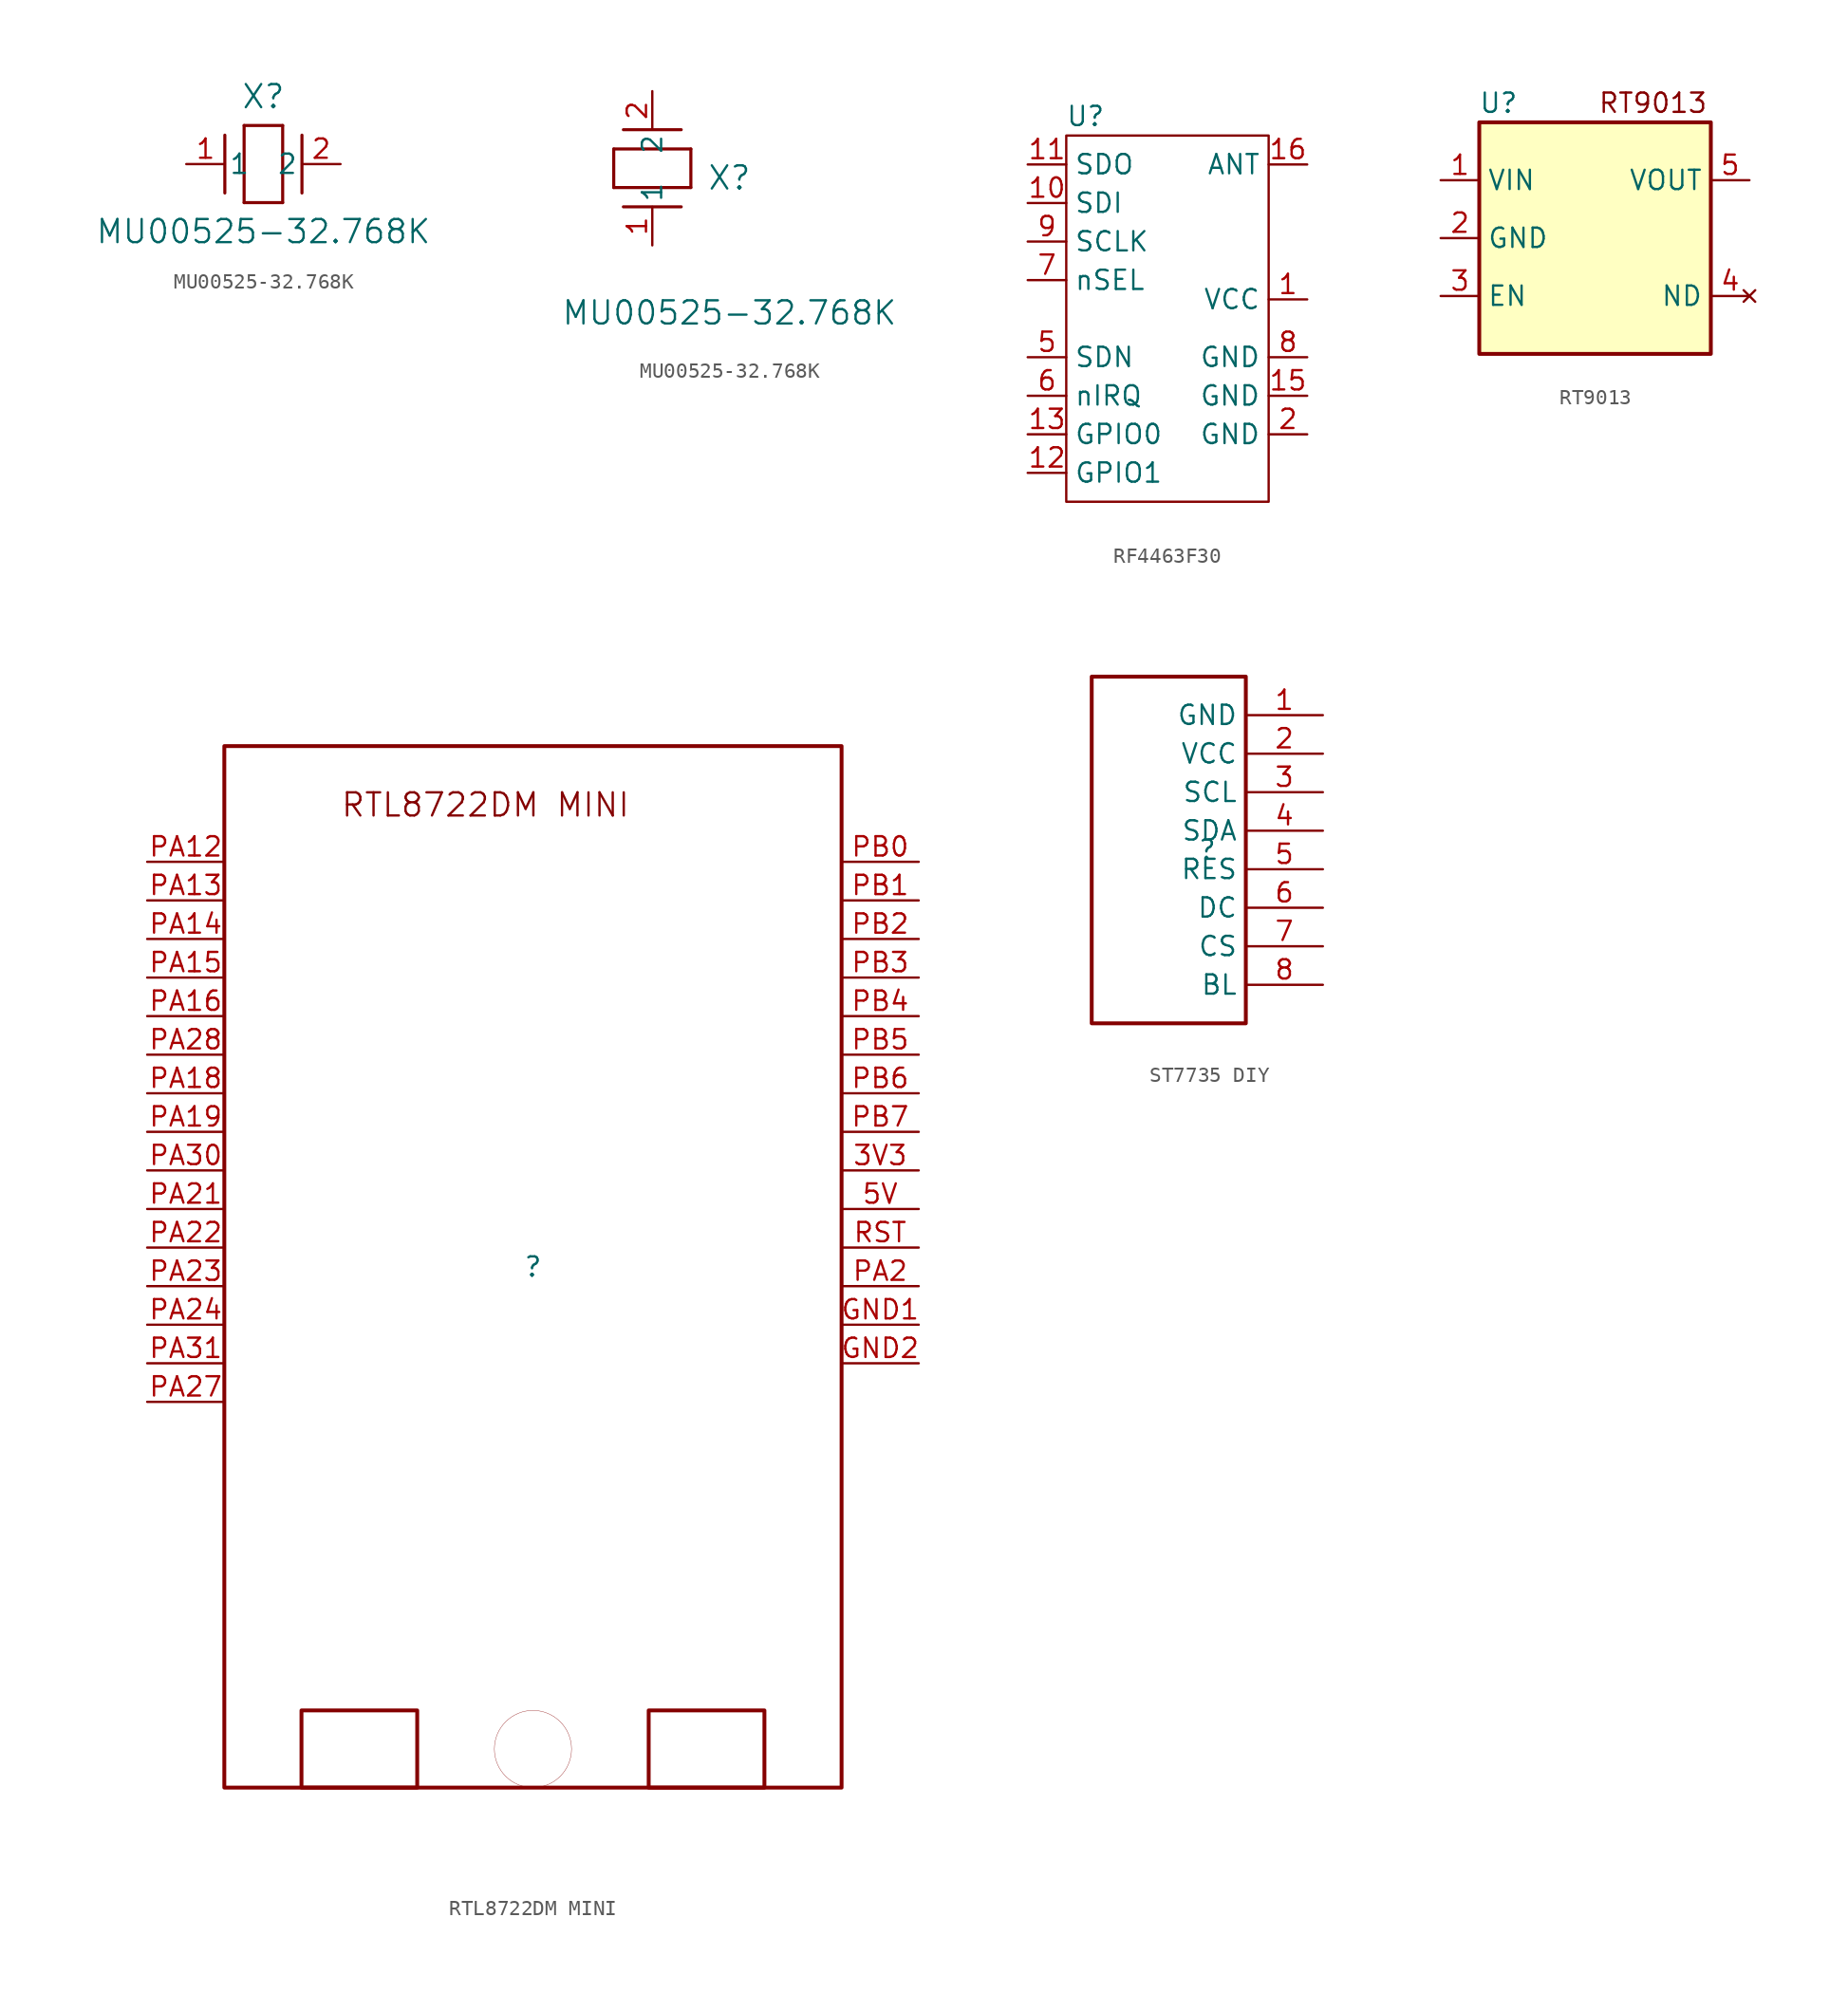
<source format=kicad_sym>
(kicad_symbol_lib
  (version 20241209)
  (generator "kicad_symbol_editor")
  (generator_version "9.0")
  (symbol "MU00525-32.768K"
    (pin_names
      (offset 0.254))
    (property "Reference" "X"
      (at 5.08 4.445 0)
      (effects (font (size 1.524 1.524))))
    (property "Value" "MU00525-32.768K"
      (at 5.08 -4.445 0)
      (effects (font (size 1.524 1.524))))
    (symbol "MU00525-32.768K_1_1"
      (polyline (pts (xy 2.54 -1.905) (xy 2.54 1.905)) (stroke (width 0.203) (type default)) (fill (type none)))
      (polyline (pts (xy 3.81 2.54) (xy 6.35 2.54)) (stroke (width 0.203) (type default)) (fill (type none)))
      (polyline (pts (xy 3.81 -2.54) (xy 3.81 2.54)) (stroke (width 0.203) (type default)) (fill (type none)))
      (polyline (pts (xy 6.35 2.54) (xy 6.35 -2.54)) (stroke (width 0.203) (type default)) (fill (type none)))
      (polyline (pts (xy 6.35 -2.54) (xy 3.81 -2.54)) (stroke (width 0.203) (type default)) (fill (type none)))
      (polyline (pts (xy 7.62 -1.905) (xy 7.62 1.905)) (stroke (width 0.203) (type default)) (fill (type none)))
      (pin unspecified line (at 0 0 0) (length 2.54) (name "1" (effects (font (size 1.27 1.27)))) (number "1" (effects (font (size 1.27 1.27)))))
      (pin unspecified line (at 10.16 0 180) (length 2.54) (name "2" (effects (font (size 1.27 1.27)))) (number "2" (effects (font (size 1.27 1.27))))))
    (symbol "MU00525-32.768K_1_2"
      (polyline (pts (xy -2.54 6.35) (xy 2.54 6.35)) (stroke (width 0.203) (type default)) (fill (type none)))
      (polyline (pts (xy -2.54 3.81) (xy -2.54 6.35)) (stroke (width 0.203) (type default)) (fill (type none)))
      (polyline (pts (xy 1.905 7.62) (xy -1.905 7.62)) (stroke (width 0.203) (type default)) (fill (type none)))
      (polyline (pts (xy 1.905 2.54) (xy -1.905 2.54)) (stroke (width 0.203) (type default)) (fill (type none)))
      (polyline (pts (xy 2.54 6.35) (xy 2.54 3.81)) (stroke (width 0.203) (type default)) (fill (type none)))
      (polyline (pts (xy 2.54 3.81) (xy -2.54 3.81)) (stroke (width 0.203) (type default)) (fill (type none)))
      (pin unspecified line (at 0 10.16 270) (length 2.54) (name "2" (effects (font (size 1.27 1.27)))) (number "2" (effects (font (size 1.27 1.27)))))
      (pin unspecified line (at 0 0 90) (length 2.54) (name "1" (effects (font (size 1.27 1.27)))) (number "1" (effects (font (size 1.27 1.27)))))))
  (symbol "RF4463F30"
    (property "Reference" "U"
      (at -5.715 1.27 0)
      (effects (font (size 1.27 1.27))))
    (property "Value" ""
      (at -1.905 0 0)
      (effects (font (size 1.27 1.27))))
    (symbol "RF4463F30_0_1"
      (rectangle (start -6.985 0) (end 6.35 -24.13) (stroke (width 0) (type default)) (fill (type none))))
    (symbol "RF4463F30_1_1"
      (pin output line (at -9.525 -1.905 0) (length 2.54) (name "SDO" (effects (font (size 1.27 1.27)))) (number "11" (effects (font (size 1.27 1.27)))))
      (pin input line (at -9.525 -4.445 0) (length 2.54) (name "SDI" (effects (font (size 1.27 1.27)))) (number "10" (effects (font (size 1.27 1.27)))))
      (pin input line (at -9.525 -6.985 0) (length 2.54) (name "SCLK" (effects (font (size 1.27 1.27)))) (number "9" (effects (font (size 1.27 1.27)))))
      (pin input line (at -9.525 -9.525 0) (length 2.54) (name "nSEL" (effects (font (size 1.27 1.27)))) (number "7" (effects (font (size 1.27 1.27)))))
      (pin input line (at -9.525 -14.605 0) (length 2.54) (name "SDN" (effects (font (size 1.27 1.27)))) (number "5" (effects (font (size 1.27 1.27)))))
      (pin output line (at -9.525 -17.145 0) (length 2.54) (name "nIRQ" (effects (font (size 1.27 1.27)))) (number "6" (effects (font (size 1.27 1.27)))))
      (pin bidirectional line (at -9.525 -19.685 0) (length 2.54) (name "GPIO0" (effects (font (size 1.27 1.27)))) (number "13" (effects (font (size 1.27 1.27)))))
      (pin bidirectional line (at -9.525 -22.225 0) (length 2.54) (name "GPIO1" (effects (font (size 1.27 1.27)))) (number "12" (effects (font (size 1.27 1.27)))))
      (pin bidirectional line (at 8.89 -1.905 180) (length 2.54) (name "ANT" (effects (font (size 1.27 1.27)))) (number "16" (effects (font (size 1.27 1.27)))))
      (pin power_in line (at 8.89 -10.795 180) (length 2.54) (name "VCC" (effects (font (size 1.27 1.27)))) (number "1" (effects (font (size 1.27 1.27)))))
      (pin power_in line (at 8.89 -14.605 180) (length 2.54) (name "GND" (effects (font (size 1.27 1.27)))) (number "8" (effects (font (size 1.27 1.27)))))
      (pin power_in line (at 8.89 -17.145 180) (length 2.54) (name "GND" (effects (font (size 1.27 1.27)))) (number "15" (effects (font (size 1.27 1.27)))))
      (pin power_in line (at 8.89 -19.685 180) (length 2.54) (name "GND" (effects (font (size 1.27 1.27)))) (number "2" (effects (font (size 1.27 1.27)))))))
  (symbol "RT9013"
    (property "Reference" "U"
      (at -6.35 8.89 0)
      (effects (font (size 1.27 1.27))))
    (property "Value" ""
      (at -10.16 3.81 0)
      (effects (font (size 1.27 1.27))))
    (symbol "RT9013_0_1"
      (rectangle (start -7.62 7.62) (end 7.62 -7.62) (stroke (width 0.254) (type default)) (fill (type background))))
    (symbol "RT9013_1_1"
      (text "RT9013" (at 3.81 8.89 0) (effects (font (size 1.27 1.27))))
      (pin input line (at -10.16 3.81 0) (length 2.54) (name "VIN" (effects (font (size 1.27 1.27)))) (number "1" (effects (font (size 1.27 1.27)))))
      (pin input line (at -10.16 0 0) (length 2.54) (name "GND" (effects (font (size 1.27 1.27)))) (number "2" (effects (font (size 1.27 1.27)))))
      (pin input line (at -10.16 -3.81 0) (length 2.54) (name "EN" (effects (font (size 1.27 1.27)))) (number "3" (effects (font (size 1.27 1.27)))))
      (pin output line (at 10.16 3.81 180) (length 2.54) (name "VOUT" (effects (font (size 1.27 1.27)))) (number "5" (effects (font (size 1.27 1.27)))))
      (pin no_connect line (at 10.16 -3.81 180) (length 2.54) (name "ND" (effects (font (size 1.27 1.27)))) (number "4" (effects (font (size 1.27 1.27)))))))
  (symbol "RTL8722DM MINI"
    (property "Reference" ""
      (at 0 0 0)
      (effects (font (size 1.27 1.27))))
    (property "Value" ""
      (at 0 0 0)
      (effects (font (size 1.27 1.27))))
    (symbol "RTL8722DM MINI_1_0"
      (rectangle (start -7.62 -29.21) (end -15.24 -34.29) (stroke (width 0.254) (type solid)) (fill (type none)))
      (circle (center 0 -31.75) (radius 2.54) (stroke (width 0.0001) (type solid)) (fill (type none)))
      (rectangle (start 15.24 -29.21) (end 7.62 -34.29) (stroke (width 0.254) (type solid)) (fill (type none)))
      (rectangle (start 20.32 34.29) (end -20.32 -34.29) (stroke (width 0.254) (type solid)) (fill (type none)))
      (text "RTL8722DM MINI" (at -12.7 29.528 0) (effects (font (size 1.524 1.524)) (justify left bottom)))
      (pin passive line (at -20.32 26.67 180) (length 5.08) (name "PA12" (effects (font (size 0 0)))) (number "PA12" (effects (font (size 1.27 1.27)))))
      (pin passive line (at -20.32 24.13 180) (length 5.08) (name "PA13" (effects (font (size 0 0)))) (number "PA13" (effects (font (size 1.27 1.27)))))
      (pin passive line (at -20.32 21.59 180) (length 5.08) (name "PA14" (effects (font (size 0 0)))) (number "PA14" (effects (font (size 1.27 1.27)))))
      (pin passive line (at -20.32 19.05 180) (length 5.08) (name "PA15" (effects (font (size 0 0)))) (number "PA15" (effects (font (size 1.27 1.27)))))
      (pin passive line (at -20.32 16.51 180) (length 5.08) (name "PA16" (effects (font (size 0 0)))) (number "PA16" (effects (font (size 1.27 1.27)))))
      (pin passive line (at -20.32 13.97 180) (length 5.08) (name "PA28" (effects (font (size 0 0)))) (number "PA28" (effects (font (size 1.27 1.27)))))
      (pin passive line (at -20.32 11.43 180) (length 5.08) (name "PA18" (effects (font (size 0 0)))) (number "PA18" (effects (font (size 1.27 1.27)))))
      (pin passive line (at -20.32 8.89 180) (length 5.08) (name "PA19" (effects (font (size 0 0)))) (number "PA19" (effects (font (size 1.27 1.27)))))
      (pin passive line (at -20.32 6.35 180) (length 5.08) (name "PA30" (effects (font (size 0 0)))) (number "PA30" (effects (font (size 1.27 1.27)))))
      (pin passive line (at -20.32 3.81 180) (length 5.08) (name "PA21" (effects (font (size 0 0)))) (number "PA21" (effects (font (size 1.27 1.27)))))
      (pin passive line (at -20.32 1.27 180) (length 5.08) (name "PA22" (effects (font (size 0 0)))) (number "PA22" (effects (font (size 1.27 1.27)))))
      (pin passive line (at -20.32 -1.27 180) (length 5.08) (name "PA23" (effects (font (size 0 0)))) (number "PA23" (effects (font (size 1.27 1.27)))))
      (pin passive line (at -20.32 -3.81 180) (length 5.08) (name "PA24" (effects (font (size 0 0)))) (number "PA24" (effects (font (size 1.27 1.27)))))
      (pin passive line (at -20.32 -6.35 180) (length 5.08) (name "PA31" (effects (font (size 0 0)))) (number "PA31" (effects (font (size 1.27 1.27)))))
      (pin passive line (at -20.32 -8.89 180) (length 5.08) (name "PA27" (effects (font (size 0 0)))) (number "PA27" (effects (font (size 1.27 1.27)))))
      (pin passive line (at 20.32 26.67 0) (length 5.08) (name "PB0" (effects (font (size 0 0)))) (number "PB0" (effects (font (size 1.27 1.27)))))
      (pin passive line (at 20.32 24.13 0) (length 5.08) (name "PB1" (effects (font (size 0 0)))) (number "PB1" (effects (font (size 1.27 1.27)))))
      (pin passive line (at 20.32 21.59 0) (length 5.08) (name "PB2" (effects (font (size 0 0)))) (number "PB2" (effects (font (size 1.27 1.27)))))
      (pin passive line (at 20.32 19.05 0) (length 5.08) (name "PB3" (effects (font (size 0 0)))) (number "PB3" (effects (font (size 1.27 1.27)))))
      (pin passive line (at 20.32 16.51 0) (length 5.08) (name "PB4" (effects (font (size 0 0)))) (number "PB4" (effects (font (size 1.27 1.27)))))
      (pin passive line (at 20.32 13.97 0) (length 5.08) (name "PB5" (effects (font (size 0 0)))) (number "PB5" (effects (font (size 1.27 1.27)))))
      (pin passive line (at 20.32 11.43 0) (length 5.08) (name "PB6" (effects (font (size 0 0)))) (number "PB6" (effects (font (size 1.27 1.27)))))
      (pin passive line (at 20.32 8.89 0) (length 5.08) (name "PB7" (effects (font (size 0 0)))) (number "PB7" (effects (font (size 1.27 1.27)))))
      (pin passive line (at 20.32 6.35 0) (length 5.08) (name "3V3" (effects (font (size 0 0)))) (number "3V3" (effects (font (size 1.27 1.27)))))
      (pin passive line (at 20.32 3.81 0) (length 5.08) (name "5V" (effects (font (size 0 0)))) (number "5V" (effects (font (size 1.27 1.27)))))
      (pin passive line (at 20.32 1.27 0) (length 5.08) (name "RST" (effects (font (size 0 0)))) (number "RST" (effects (font (size 1.27 1.27)))))
      (pin passive line (at 20.32 -1.27 0) (length 5.08) (name "PA2" (effects (font (size 0 0)))) (number "PA2" (effects (font (size 1.27 1.27)))))
      (pin passive line (at 20.32 -3.81 0) (length 5.08) (name "GND1" (effects (font (size 0 0)))) (number "GND1" (effects (font (size 1.27 1.27)))))
      (pin passive line (at 20.32 -6.35 0) (length 5.08) (name "GND2" (effects (font (size 0 0)))) (number "GND2" (effects (font (size 1.27 1.27)))))))
  (symbol "ST7735 DIY"
    (property "Reference" ""
      (at 0 0 0)
      (effects (font (size 1.27 1.27))))
    (property "Value" ""
      (at 0 0 0)
      (effects (font (size 1.27 1.27))))
    (symbol "ST7735 DIY_1_0"
      (rectangle (start 2.54 11.43) (end -7.62 -11.43) (stroke (width 0.254) (type solid)) (fill (type none)))
      (pin passive line (at 7.62 8.89 180) (length 5.08) (name "GND" (effects (font (size 1.27 1.27)))) (number "1" (effects (font (size 1.27 1.27)))))
      (pin passive line (at 7.62 6.35 180) (length 5.08) (name "VCC" (effects (font (size 1.27 1.27)))) (number "2" (effects (font (size 1.27 1.27)))))
      (pin passive line (at 7.62 3.81 180) (length 5.08) (name "SCL" (effects (font (size 1.27 1.27)))) (number "3" (effects (font (size 1.27 1.27)))))
      (pin passive line (at 7.62 1.27 180) (length 5.08) (name "SDA" (effects (font (size 1.27 1.27)))) (number "4" (effects (font (size 1.27 1.27)))))
      (pin passive line (at 7.62 -1.27 180) (length 5.08) (name "RES" (effects (font (size 1.27 1.27)))) (number "5" (effects (font (size 1.27 1.27)))))
      (pin passive line (at 7.62 -3.81 180) (length 5.08) (name "DC" (effects (font (size 1.27 1.27)))) (number "6" (effects (font (size 1.27 1.27)))))
      (pin passive line (at 7.62 -6.35 180) (length 5.08) (name "CS" (effects (font (size 1.27 1.27)))) (number "7" (effects (font (size 1.27 1.27)))))
      (pin passive line (at 7.62 -8.89 180) (length 5.08) (name "BL" (effects (font (size 1.27 1.27)))) (number "8" (effects (font (size 1.27 1.27))))))))
</source>
